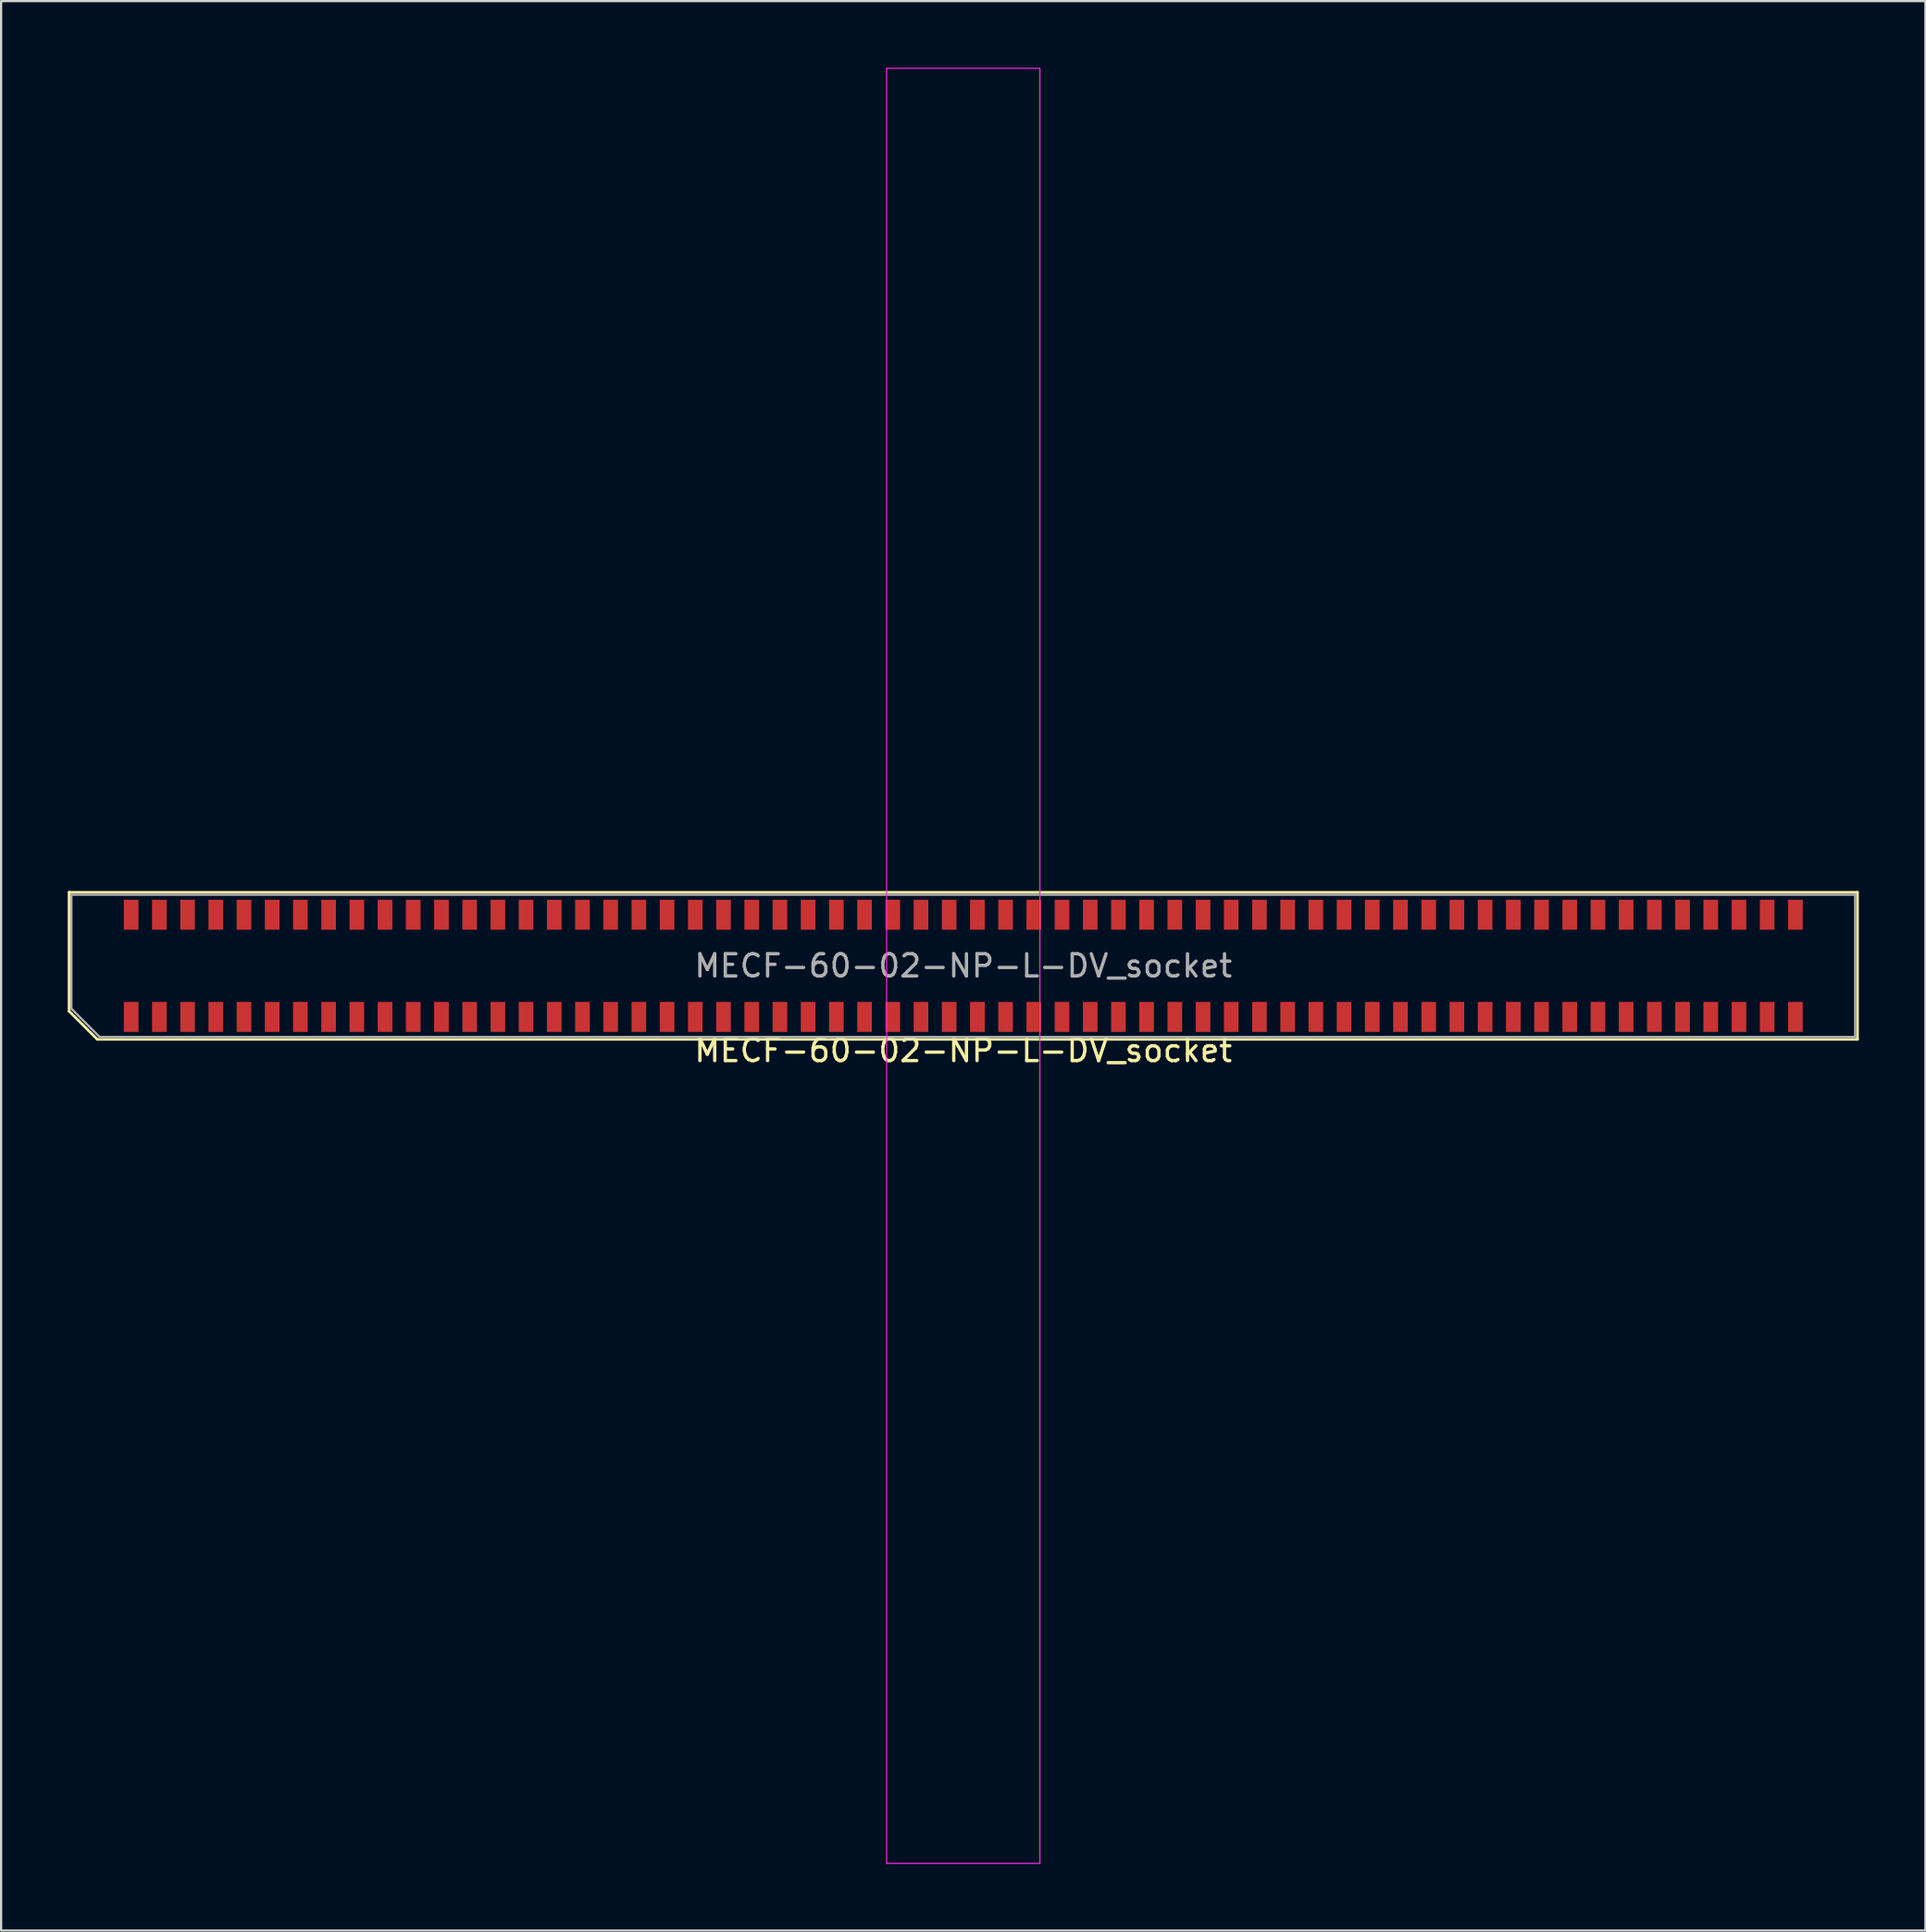
<source format=kicad_pcb>
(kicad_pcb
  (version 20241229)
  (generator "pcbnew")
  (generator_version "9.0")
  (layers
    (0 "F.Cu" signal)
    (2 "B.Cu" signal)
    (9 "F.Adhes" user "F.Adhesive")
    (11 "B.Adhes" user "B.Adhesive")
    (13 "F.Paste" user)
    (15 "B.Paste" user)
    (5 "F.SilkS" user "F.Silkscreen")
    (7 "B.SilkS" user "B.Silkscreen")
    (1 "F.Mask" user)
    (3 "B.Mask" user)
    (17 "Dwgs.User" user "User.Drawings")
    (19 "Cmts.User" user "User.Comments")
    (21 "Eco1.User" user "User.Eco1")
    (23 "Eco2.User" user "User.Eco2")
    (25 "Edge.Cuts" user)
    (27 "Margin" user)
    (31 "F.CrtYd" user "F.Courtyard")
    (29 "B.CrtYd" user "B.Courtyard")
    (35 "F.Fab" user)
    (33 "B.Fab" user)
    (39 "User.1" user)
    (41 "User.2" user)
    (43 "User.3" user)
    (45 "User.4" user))
  (footprint "MECF-60-02-NP-L-DV_socket"
    (layer "F.Cu")
    (at 40.32 40.425)
    (property "Reference" "MECF-60-02-NP-L-DV_socket" (at 0 3.81 0) (layer "F.SilkS") (effects (font (size 1 1) (thickness 0.15))))
    (attr smd)
    (fp_line (start -40.26 -3.31) (end 40.26 -3.31) (stroke (width 0.12) (type solid)) (layer "F.SilkS"))
    (fp_line (start -40.26 2.04) (end -40.26 -3.31) (stroke (width 0.12) (type solid)) (layer "F.SilkS"))
    (fp_line (start -38.99 3.31) (end -40.26 2.04) (stroke (width 0.12) (type solid)) (layer "F.SilkS"))
    (fp_line (start -38.99 3.31) (end 40.26 3.31) (stroke (width 0.12) (type solid)) (layer "F.SilkS"))
    (fp_line (start 40.26 3.31) (end 40.26 -3.31) (stroke (width 0.12) (type solid)) (layer "F.SilkS"))
    (fp_line (start -3.45 -40.4) (end -3.45 40.4) (stroke (width 0.05) (type solid)) (layer "F.CrtYd"))
    (fp_line (start -3.45 40.4) (end 3.45 40.4) (stroke (width 0.05) (type solid)) (layer "F.CrtYd"))
    (fp_line (start 3.45 -40.4) (end -3.45 -40.4) (stroke (width 0.05) (type solid)) (layer "F.CrtYd"))
    (fp_line (start 3.45 40.4) (end 3.45 -40.4) (stroke (width 0.05) (type solid)) (layer "F.CrtYd"))
    (fp_line (start -40.155 -3.2) (end 40.155 -3.2) (stroke (width 0.1) (type solid)) (layer "F.Fab"))
    (fp_line (start -40.155 1.93) (end -40.155 -3.2) (stroke (width 0.1) (type solid)) (layer "F.Fab"))
    (fp_line (start -40.155 1.93) (end -38.885 3.2) (stroke (width 0.1) (type solid)) (layer "F.Fab"))
    (fp_line (start -38.885 3.2) (end 40.155 3.2) (stroke (width 0.1) (type solid)) (layer "F.Fab"))
    (fp_line (start 40.155 3.2) (end 40.155 -3.2) (stroke (width 0.1) (type solid)) (layer "F.Fab"))
    (fp_text user "${REFERENCE}" (at 0 0 0) (layer "F.Fab") (effects (font (size 1 1) (thickness 0.15))))
    (pad "" np_thru_hole circle (at -39.245 0) (size 0.001 0.001) (drill 1.45) (layers "*.Cu" "*.Mask"))
    (pad "" np_thru_hole circle (at 39.245 1) (size 0.001 0.001) (drill 1.45) (layers "*.Cu" "*.Mask"))
    (pad "1" smd rect (at -37.465 2.3) (size 0.66 1.35) (layers "F.Cu" "F.Mask" "F.Paste"))
    (pad "2" smd rect (at -37.465 -2.3) (size 0.66 1.35) (layers "F.Cu" "F.Mask" "F.Paste"))
    (pad "3" smd rect (at -36.195 2.3) (size 0.66 1.35) (layers "F.Cu" "F.Mask" "F.Paste"))
    (pad "4" smd rect (at -36.195 -2.3) (size 0.66 1.35) (layers "F.Cu" "F.Mask" "F.Paste"))
    (pad "5" smd rect (at -34.925 2.3) (size 0.66 1.35) (layers "F.Cu" "F.Mask" "F.Paste"))
    (pad "6" smd rect (at -34.925 -2.3) (size 0.66 1.35) (layers "F.Cu" "F.Mask" "F.Paste"))
    (pad "7" smd rect (at -33.655 2.3) (size 0.66 1.35) (layers "F.Cu" "F.Mask" "F.Paste"))
    (pad "8" smd rect (at -33.655 -2.3) (size 0.66 1.35) (layers "F.Cu" "F.Mask" "F.Paste"))
    (pad "9" smd rect (at -32.385 2.3) (size 0.66 1.35) (layers "F.Cu" "F.Mask" "F.Paste"))
    (pad "10" smd rect (at -32.385 -2.3) (size 0.66 1.35) (layers "F.Cu" "F.Mask" "F.Paste"))
    (pad "11" smd rect (at -31.115 2.3) (size 0.66 1.35) (layers "F.Cu" "F.Mask" "F.Paste"))
    (pad "12" smd rect (at -31.115 -2.3) (size 0.66 1.35) (layers "F.Cu" "F.Mask" "F.Paste"))
    (pad "13" smd rect (at -29.845 2.3) (size 0.66 1.35) (layers "F.Cu" "F.Mask" "F.Paste"))
    (pad "14" smd rect (at -29.845 -2.3) (size 0.66 1.35) (layers "F.Cu" "F.Mask" "F.Paste"))
    (pad "15" smd rect (at -28.575 2.3) (size 0.66 1.35) (layers "F.Cu" "F.Mask" "F.Paste"))
    (pad "16" smd rect (at -28.575 -2.3) (size 0.66 1.35) (layers "F.Cu" "F.Mask" "F.Paste"))
    (pad "17" smd rect (at -27.305 2.3) (size 0.66 1.35) (layers "F.Cu" "F.Mask" "F.Paste"))
    (pad "18" smd rect (at -27.305 -2.3) (size 0.66 1.35) (layers "F.Cu" "F.Mask" "F.Paste"))
    (pad "19" smd rect (at -26.035 2.3) (size 0.66 1.35) (layers "F.Cu" "F.Mask" "F.Paste"))
    (pad "20" smd rect (at -26.035 -2.3) (size 0.66 1.35) (layers "F.Cu" "F.Mask" "F.Paste"))
    (pad "21" smd rect (at -24.765 2.3) (size 0.66 1.35) (layers "F.Cu" "F.Mask" "F.Paste"))
    (pad "22" smd rect (at -24.765 -2.3) (size 0.66 1.35) (layers "F.Cu" "F.Mask" "F.Paste"))
    (pad "23" smd rect (at -23.495 2.3) (size 0.66 1.35) (layers "F.Cu" "F.Mask" "F.Paste"))
    (pad "24" smd rect (at -23.495 -2.3) (size 0.66 1.35) (layers "F.Cu" "F.Mask" "F.Paste"))
    (pad "25" smd rect (at -22.225 2.3) (size 0.66 1.35) (layers "F.Cu" "F.Mask" "F.Paste"))
    (pad "26" smd rect (at -22.225 -2.3) (size 0.66 1.35) (layers "F.Cu" "F.Mask" "F.Paste"))
    (pad "27" smd rect (at -20.955 2.3) (size 0.66 1.35) (layers "F.Cu" "F.Mask" "F.Paste"))
    (pad "28" smd rect (at -20.955 -2.3) (size 0.66 1.35) (layers "F.Cu" "F.Mask" "F.Paste"))
    (pad "29" smd rect (at -19.685 2.3) (size 0.66 1.35) (layers "F.Cu" "F.Mask" "F.Paste"))
    (pad "30" smd rect (at -19.685 -2.3) (size 0.66 1.35) (layers "F.Cu" "F.Mask" "F.Paste"))
    (pad "31" smd rect (at -18.415 2.3) (size 0.66 1.35) (layers "F.Cu" "F.Mask" "F.Paste"))
    (pad "32" smd rect (at -18.415 -2.3) (size 0.66 1.35) (layers "F.Cu" "F.Mask" "F.Paste"))
    (pad "33" smd rect (at -17.145 2.3) (size 0.66 1.35) (layers "F.Cu" "F.Mask" "F.Paste"))
    (pad "34" smd rect (at -17.145 -2.3) (size 0.66 1.35) (layers "F.Cu" "F.Mask" "F.Paste"))
    (pad "35" smd rect (at -15.875 2.3) (size 0.66 1.35) (layers "F.Cu" "F.Mask" "F.Paste"))
    (pad "36" smd rect (at -15.875 -2.3) (size 0.66 1.35) (layers "F.Cu" "F.Mask" "F.Paste"))
    (pad "37" smd rect (at -14.605 2.3) (size 0.66 1.35) (layers "F.Cu" "F.Mask" "F.Paste"))
    (pad "38" smd rect (at -14.605 -2.3) (size 0.66 1.35) (layers "F.Cu" "F.Mask" "F.Paste"))
    (pad "39" smd rect (at -13.335 2.3) (size 0.66 1.35) (layers "F.Cu" "F.Mask" "F.Paste"))
    (pad "40" smd rect (at -13.335 -2.3) (size 0.66 1.35) (layers "F.Cu" "F.Mask" "F.Paste"))
    (pad "41" smd rect (at -12.065 2.3) (size 0.66 1.35) (layers "F.Cu" "F.Mask" "F.Paste"))
    (pad "42" smd rect (at -12.065 -2.3) (size 0.66 1.35) (layers "F.Cu" "F.Mask" "F.Paste"))
    (pad "43" smd rect (at -10.795 2.3) (size 0.66 1.35) (layers "F.Cu" "F.Mask" "F.Paste"))
    (pad "44" smd rect (at -10.795 -2.3) (size 0.66 1.35) (layers "F.Cu" "F.Mask" "F.Paste"))
    (pad "45" smd rect (at -9.525 2.3) (size 0.66 1.35) (layers "F.Cu" "F.Mask" "F.Paste"))
    (pad "46" smd rect (at -9.525 -2.3) (size 0.66 1.35) (layers "F.Cu" "F.Mask" "F.Paste"))
    (pad "47" smd rect (at -8.255 2.3) (size 0.66 1.35) (layers "F.Cu" "F.Mask" "F.Paste"))
    (pad "48" smd rect (at -8.255 -2.3) (size 0.66 1.35) (layers "F.Cu" "F.Mask" "F.Paste"))
    (pad "49" smd rect (at -6.985 2.3) (size 0.66 1.35) (layers "F.Cu" "F.Mask" "F.Paste"))
    (pad "50" smd rect (at -6.985 -2.3) (size 0.66 1.35) (layers "F.Cu" "F.Mask" "F.Paste"))
    (pad "51" smd rect (at -5.715 2.3) (size 0.66 1.35) (layers "F.Cu" "F.Mask" "F.Paste"))
    (pad "52" smd rect (at -5.715 -2.3) (size 0.66 1.35) (layers "F.Cu" "F.Mask" "F.Paste"))
    (pad "53" smd rect (at -4.445 2.3) (size 0.66 1.35) (layers "F.Cu" "F.Mask" "F.Paste"))
    (pad "54" smd rect (at -4.445 -2.3) (size 0.66 1.35) (layers "F.Cu" "F.Mask" "F.Paste"))
    (pad "55" smd rect (at -3.175 2.3) (size 0.66 1.35) (layers "F.Cu" "F.Mask" "F.Paste"))
    (pad "56" smd rect (at -3.175 -2.3) (size 0.66 1.35) (layers "F.Cu" "F.Mask" "F.Paste"))
    (pad "57" smd rect (at -1.905 2.3) (size 0.66 1.35) (layers "F.Cu" "F.Mask" "F.Paste"))
    (pad "58" smd rect (at -1.905 -2.3) (size 0.66 1.35) (layers "F.Cu" "F.Mask" "F.Paste"))
    (pad "59" smd rect (at -0.635 2.3) (size 0.66 1.35) (layers "F.Cu" "F.Mask" "F.Paste"))
    (pad "60" smd rect (at -0.635 -2.3) (size 0.66 1.35) (layers "F.Cu" "F.Mask" "F.Paste"))
    (pad "61" smd rect (at 0.635 2.3) (size 0.66 1.35) (layers "F.Cu" "F.Mask" "F.Paste"))
    (pad "62" smd rect (at 0.635 -2.3) (size 0.66 1.35) (layers "F.Cu" "F.Mask" "F.Paste"))
    (pad "63" smd rect (at 1.905 2.3) (size 0.66 1.35) (layers "F.Cu" "F.Mask" "F.Paste"))
    (pad "64" smd rect (at 1.905 -2.3) (size 0.66 1.35) (layers "F.Cu" "F.Mask" "F.Paste"))
    (pad "65" smd rect (at 3.175 2.3) (size 0.66 1.35) (layers "F.Cu" "F.Mask" "F.Paste"))
    (pad "66" smd rect (at 3.175 -2.3) (size 0.66 1.35) (layers "F.Cu" "F.Mask" "F.Paste"))
    (pad "67" smd rect (at 4.445 2.3) (size 0.66 1.35) (layers "F.Cu" "F.Mask" "F.Paste"))
    (pad "68" smd rect (at 4.445 -2.3) (size 0.66 1.35) (layers "F.Cu" "F.Mask" "F.Paste"))
    (pad "69" smd rect (at 5.715 2.3) (size 0.66 1.35) (layers "F.Cu" "F.Mask" "F.Paste"))
    (pad "70" smd rect (at 5.715 -2.3) (size 0.66 1.35) (layers "F.Cu" "F.Mask" "F.Paste"))
    (pad "71" smd rect (at 6.985 2.3) (size 0.66 1.35) (layers "F.Cu" "F.Mask" "F.Paste"))
    (pad "72" smd rect (at 6.985 -2.3) (size 0.66 1.35) (layers "F.Cu" "F.Mask" "F.Paste"))
    (pad "73" smd rect (at 8.255 2.3) (size 0.66 1.35) (layers "F.Cu" "F.Mask" "F.Paste"))
    (pad "74" smd rect (at 8.255 -2.3) (size 0.66 1.35) (layers "F.Cu" "F.Mask" "F.Paste"))
    (pad "75" smd rect (at 9.525 2.3) (size 0.66 1.35) (layers "F.Cu" "F.Mask" "F.Paste"))
    (pad "76" smd rect (at 9.525 -2.3) (size 0.66 1.35) (layers "F.Cu" "F.Mask" "F.Paste"))
    (pad "77" smd rect (at 10.795 2.3) (size 0.66 1.35) (layers "F.Cu" "F.Mask" "F.Paste"))
    (pad "78" smd rect (at 10.795 -2.3) (size 0.66 1.35) (layers "F.Cu" "F.Mask" "F.Paste"))
    (pad "79" smd rect (at 12.065 2.3) (size 0.66 1.35) (layers "F.Cu" "F.Mask" "F.Paste"))
    (pad "80" smd rect (at 12.065 -2.3) (size 0.66 1.35) (layers "F.Cu" "F.Mask" "F.Paste"))
    (pad "81" smd rect (at 13.335 2.3) (size 0.66 1.35) (layers "F.Cu" "F.Mask" "F.Paste"))
    (pad "82" smd rect (at 13.335 -2.3) (size 0.66 1.35) (layers "F.Cu" "F.Mask" "F.Paste"))
    (pad "83" smd rect (at 14.605 2.3) (size 0.66 1.35) (layers "F.Cu" "F.Mask" "F.Paste"))
    (pad "84" smd rect (at 14.605 -2.3) (size 0.66 1.35) (layers "F.Cu" "F.Mask" "F.Paste"))
    (pad "85" smd rect (at 15.875 2.3) (size 0.66 1.35) (layers "F.Cu" "F.Mask" "F.Paste"))
    (pad "86" smd rect (at 15.875 -2.3) (size 0.66 1.35) (layers "F.Cu" "F.Mask" "F.Paste"))
    (pad "87" smd rect (at 17.145 2.3) (size 0.66 1.35) (layers "F.Cu" "F.Mask" "F.Paste"))
    (pad "88" smd rect (at 17.145 -2.3) (size 0.66 1.35) (layers "F.Cu" "F.Mask" "F.Paste"))
    (pad "89" smd rect (at 18.415 2.3) (size 0.66 1.35) (layers "F.Cu" "F.Mask" "F.Paste"))
    (pad "90" smd rect (at 18.415 -2.3) (size 0.66 1.35) (layers "F.Cu" "F.Mask" "F.Paste"))
    (pad "91" smd rect (at 19.685 2.3) (size 0.66 1.35) (layers "F.Cu" "F.Mask" "F.Paste"))
    (pad "92" smd rect (at 19.685 -2.3) (size 0.66 1.35) (layers "F.Cu" "F.Mask" "F.Paste"))
    (pad "93" smd rect (at 20.955 2.3) (size 0.66 1.35) (layers "F.Cu" "F.Mask" "F.Paste"))
    (pad "94" smd rect (at 20.955 -2.3) (size 0.66 1.35) (layers "F.Cu" "F.Mask" "F.Paste"))
    (pad "95" smd rect (at 22.225 2.3) (size 0.66 1.35) (layers "F.Cu" "F.Mask" "F.Paste"))
    (pad "96" smd rect (at 22.225 -2.3) (size 0.66 1.35) (layers "F.Cu" "F.Mask" "F.Paste"))
    (pad "97" smd rect (at 23.495 2.3) (size 0.66 1.35) (layers "F.Cu" "F.Mask" "F.Paste"))
    (pad "98" smd rect (at 23.495 -2.3) (size 0.66 1.35) (layers "F.Cu" "F.Mask" "F.Paste"))
    (pad "99" smd rect (at 24.765 2.3) (size 0.66 1.35) (layers "F.Cu" "F.Mask" "F.Paste"))
    (pad "100" smd rect (at 24.765 -2.3) (size 0.66 1.35) (layers "F.Cu" "F.Mask" "F.Paste"))
    (pad "101" smd rect (at 26.035 2.3) (size 0.66 1.35) (layers "F.Cu" "F.Mask" "F.Paste"))
    (pad "102" smd rect (at 26.035 -2.3) (size 0.66 1.35) (layers "F.Cu" "F.Mask" "F.Paste"))
    (pad "103" smd rect (at 27.305 2.3) (size 0.66 1.35) (layers "F.Cu" "F.Mask" "F.Paste"))
    (pad "104" smd rect (at 27.305 -2.3) (size 0.66 1.35) (layers "F.Cu" "F.Mask" "F.Paste"))
    (pad "105" smd rect (at 28.575 2.3) (size 0.66 1.35) (layers "F.Cu" "F.Mask" "F.Paste"))
    (pad "106" smd rect (at 28.575 -2.3) (size 0.66 1.35) (layers "F.Cu" "F.Mask" "F.Paste"))
    (pad "107" smd rect (at 29.845 2.3) (size 0.66 1.35) (layers "F.Cu" "F.Mask" "F.Paste"))
    (pad "108" smd rect (at 29.845 -2.3) (size 0.66 1.35) (layers "F.Cu" "F.Mask" "F.Paste"))
    (pad "109" smd rect (at 31.115 2.3) (size 0.66 1.35) (layers "F.Cu" "F.Mask" "F.Paste"))
    (pad "110" smd rect (at 31.115 -2.3) (size 0.66 1.35) (layers "F.Cu" "F.Mask" "F.Paste"))
    (pad "111" smd rect (at 32.385 2.3) (size 0.66 1.35) (layers "F.Cu" "F.Mask" "F.Paste"))
    (pad "112" smd rect (at 32.385 -2.3) (size 0.66 1.35) (layers "F.Cu" "F.Mask" "F.Paste"))
    (pad "113" smd rect (at 33.655 2.3) (size 0.66 1.35) (layers "F.Cu" "F.Mask" "F.Paste"))
    (pad "114" smd rect (at 33.655 -2.3) (size 0.66 1.35) (layers "F.Cu" "F.Mask" "F.Paste"))
    (pad "115" smd rect (at 34.925 2.3) (size 0.66 1.35) (layers "F.Cu" "F.Mask" "F.Paste"))
    (pad "116" smd rect (at 34.925 -2.3) (size 0.66 1.35) (layers "F.Cu" "F.Mask" "F.Paste"))
    (pad "117" smd rect (at 36.195 2.3) (size 0.66 1.35) (layers "F.Cu" "F.Mask" "F.Paste"))
    (pad "118" smd rect (at 36.195 -2.3) (size 0.66 1.35) (layers "F.Cu" "F.Mask" "F.Paste"))
    (pad "119" smd rect (at 37.465 2.3) (size 0.66 1.35) (layers "F.Cu" "F.Mask" "F.Paste"))
    (pad "120" smd rect (at 37.465 -2.3) (size 0.66 1.35) (layers "F.Cu" "F.Mask" "F.Paste")))
  (gr_rect
    (start -3 -3)
    (end 83.64 83.85)
    (stroke (width 0.1) (type default))
    (fill no)
    (layer "Edge.Cuts")))
</source>
